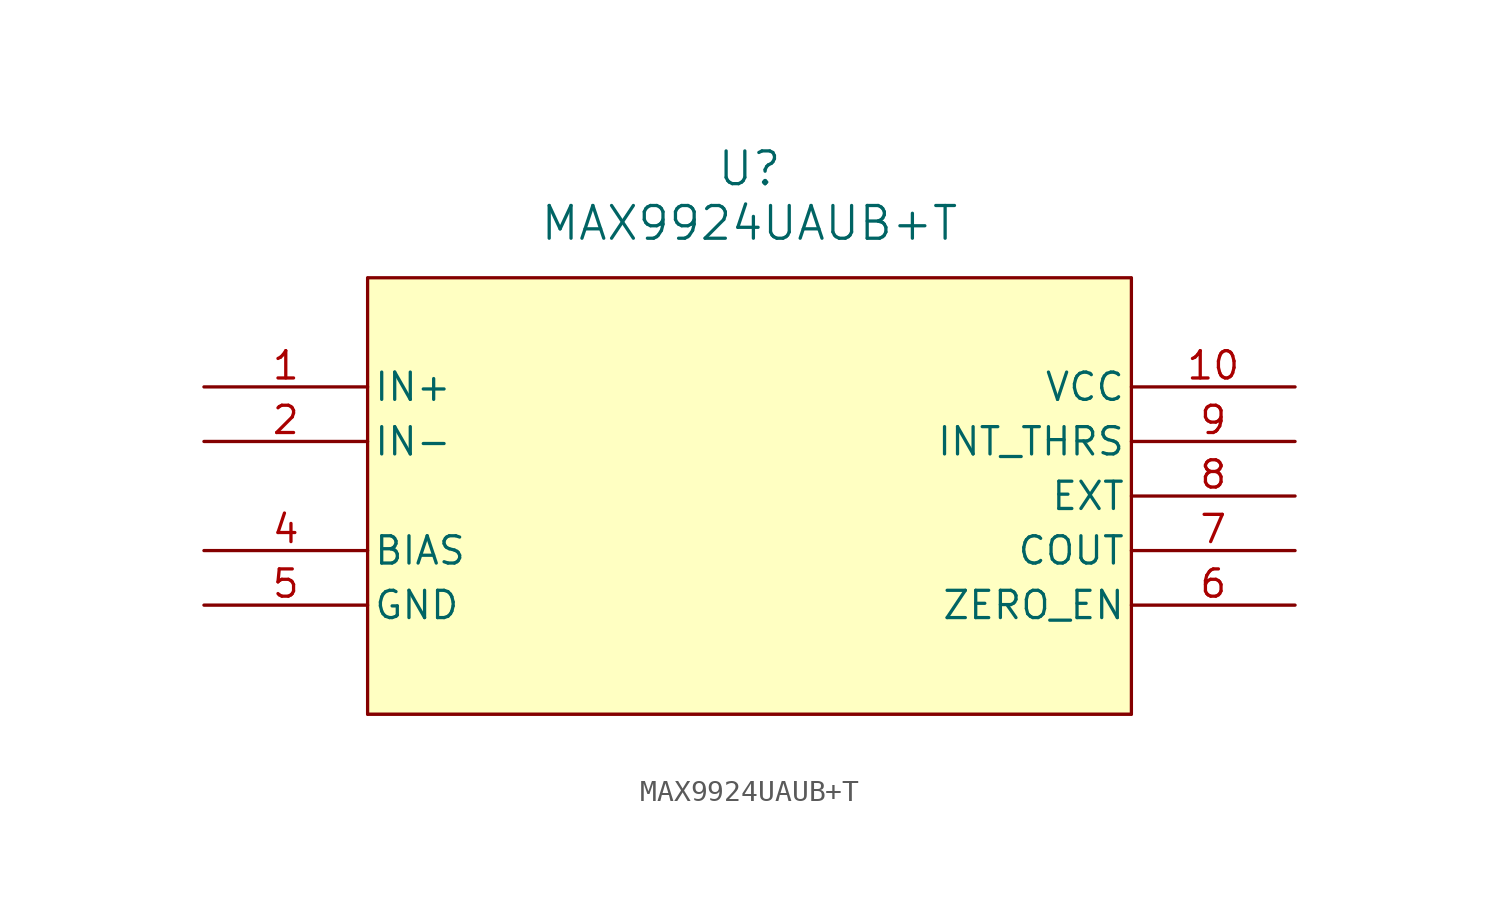
<source format=kicad_sym>
(kicad_symbol_lib
  (version 20220914)
  (generator kicad_symbol_editor)
  (symbol "MAX9924UAUB+T"
    (pin_names
      (offset 0.254))
    (property "Reference" "U"
      (at 25.4 10.16 0)
      (effects (font (size 1.524 1.524))))
    (property "Value" "MAX9924UAUB+T"
      (at 25.4 7.62 0)
      (effects (font (size 1.524 1.524))))
    (property "ki_locked" ""
      (at 0 0 0)
      (effects (font (size 1.27 1.27))))
    (symbol "MAX9924UAUB+T_0_1"
      (polyline (pts (xy 7.62 -15.24) (xy 43.18 -15.24)) (stroke (width 0.127) (type default)) (fill (type none)))
      (polyline (pts (xy 7.62 5.08) (xy 7.62 -15.24)) (stroke (width 0.127) (type default)) (fill (type none)))
      (polyline (pts (xy 43.18 -15.24) (xy 43.18 5.08)) (stroke (width 0.127) (type default)) (fill (type none)))
      (pin input line (at 0 0 0) (length 7.62) (name "IN+" (effects (font (size 1.27 1.27)))) (number "1" (effects (font (size 1.27 1.27)))))
      (pin power_in line (at 50.8 0 180) (length 7.62) (name "VCC" (effects (font (size 1.27 1.27)))) (number "10" (effects (font (size 1.27 1.27)))))
      (pin input line (at 0 -2.54 0) (length 7.62) (name "IN-" (effects (font (size 1.27 1.27)))) (number "2" (effects (font (size 1.27 1.27)))))
      (pin input line (at 0 -7.62 0) (length 7.62) (name "BIAS" (effects (font (size 1.27 1.27)))) (number "4" (effects (font (size 1.27 1.27)))))
      (pin power_in line (at 0 -10.16 0) (length 7.62) (name "GND" (effects (font (size 1.27 1.27)))) (number "5" (effects (font (size 1.27 1.27)))))
      (pin unspecified line (at 50.8 -10.16 180) (length 7.62) (name "ZERO_EN" (effects (font (size 1.27 1.27)))) (number "6" (effects (font (size 1.27 1.27)))))
      (pin output line (at 50.8 -7.62 180) (length 7.62) (name "COUT" (effects (font (size 1.27 1.27)))) (number "7" (effects (font (size 1.27 1.27)))))
      (pin input line (at 50.8 -5.08 180) (length 7.62) (name "EXT" (effects (font (size 1.27 1.27)))) (number "8" (effects (font (size 1.27 1.27)))))
      (pin unspecified line (at 50.8 -2.54 180) (length 7.62) (name "INT_THRS" (effects (font (size 1.27 1.27)))) (number "9" (effects (font (size 1.27 1.27))))))
    (symbol "MAX9924UAUB+T_1_1"
      (rectangle (start 7.62 5.08) (end 43.18 -15.24) (stroke (width 0) (type default)) (fill (type background)))
      (pin no_connect line (at 0 -5.08 0) (length 7.62) hide (name "NC" (effects (font (size 1.27 1.27)))) (number "3" (effects (font (size 1.27 1.27))))))))
</source>
